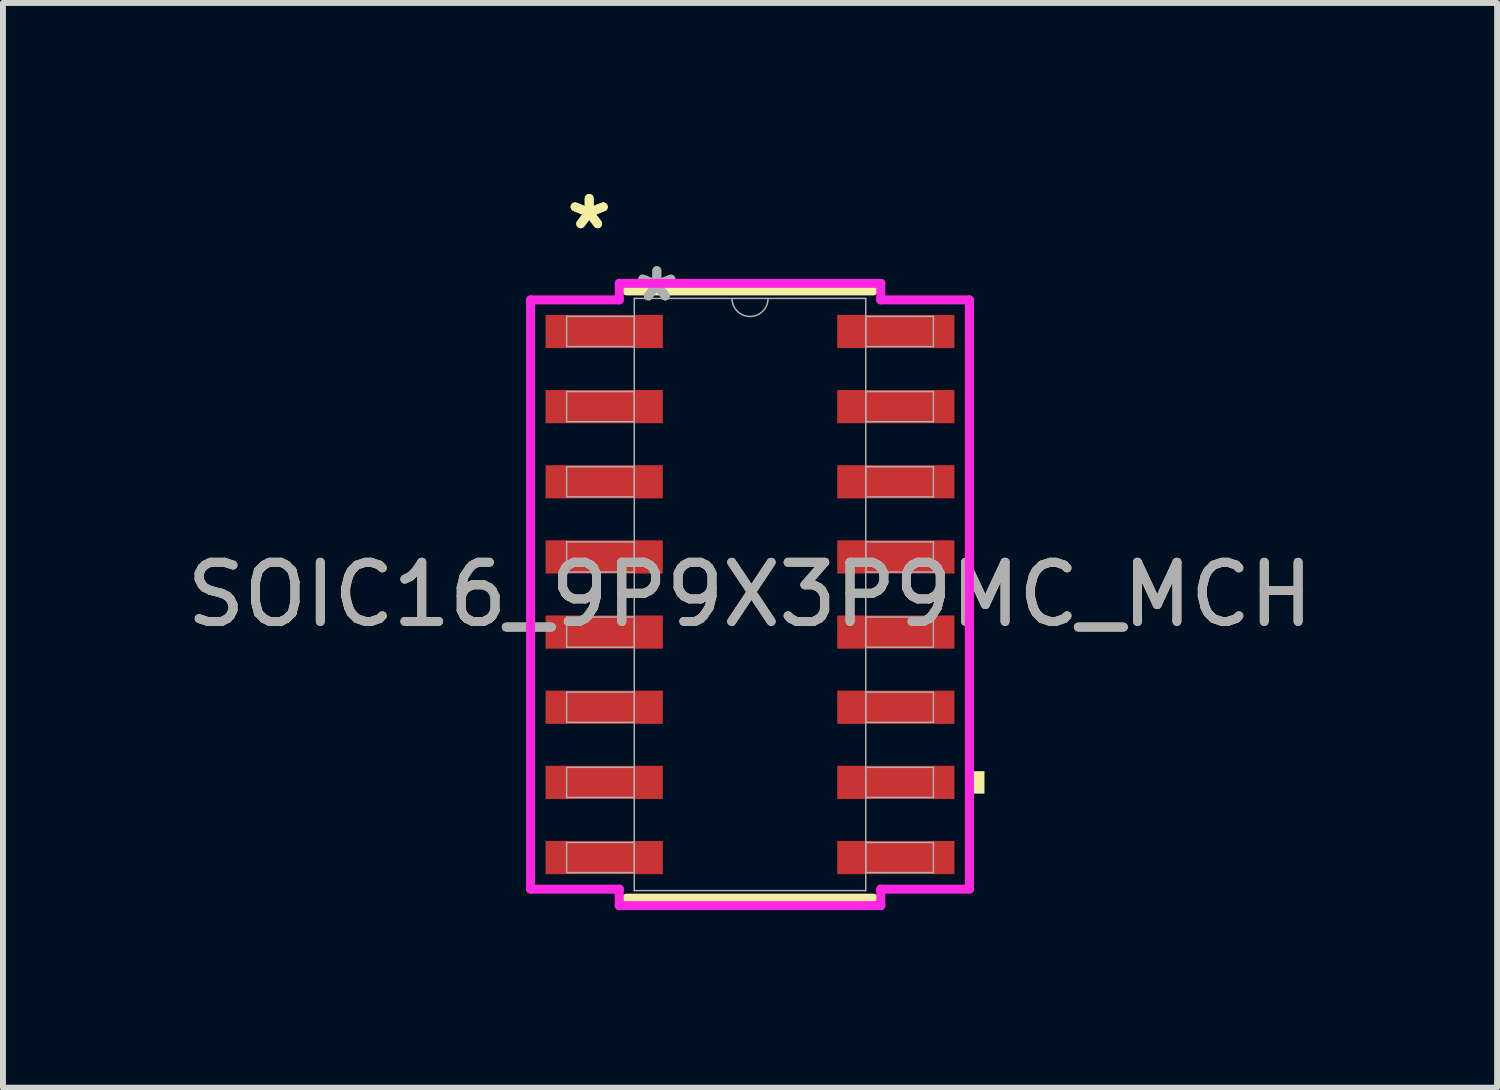
<source format=kicad_pcb>
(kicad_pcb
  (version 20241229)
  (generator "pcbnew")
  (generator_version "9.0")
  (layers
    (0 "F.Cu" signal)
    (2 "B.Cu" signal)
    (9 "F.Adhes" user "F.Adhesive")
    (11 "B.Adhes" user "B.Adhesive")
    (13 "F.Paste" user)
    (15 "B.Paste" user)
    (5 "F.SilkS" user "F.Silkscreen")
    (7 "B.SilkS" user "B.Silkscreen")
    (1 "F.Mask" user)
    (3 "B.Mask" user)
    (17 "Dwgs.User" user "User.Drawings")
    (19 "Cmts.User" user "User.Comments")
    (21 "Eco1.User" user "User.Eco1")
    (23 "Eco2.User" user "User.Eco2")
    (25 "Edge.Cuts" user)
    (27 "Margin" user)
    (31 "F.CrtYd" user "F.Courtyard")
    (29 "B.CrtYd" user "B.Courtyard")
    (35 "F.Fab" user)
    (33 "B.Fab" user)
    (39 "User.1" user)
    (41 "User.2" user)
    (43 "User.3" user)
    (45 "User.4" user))
  (footprint "SOIC16_9P9X3P9MC_MCH"
    (layer "F.Cu")
    (at 9.625 6.997)
    (property "Reference" "SOIC16_9P9X3P9MC_MCH" (at 0 0 0) (unlocked yes) (layer "F.SilkS") (effects (font (size 1 1) (thickness 0.15))))
    (attr smd)
    (fp_line (start -2.083 5.131) (end 2.083 5.131) (stroke (width 0.152) (type solid)) (layer "F.SilkS"))
    (fp_line (start 2.083 -5.131) (end -2.083 -5.131) (stroke (width 0.152) (type solid)) (layer "F.SilkS"))
    (fp_poly (pts (xy 3.962 2.985) (xy 3.962 3.365) (xy 3.708 3.365) (xy 3.708 2.985)) (stroke (width 0) (type solid)) (fill yes) (layer "F.SilkS"))
    (fp_line (start -3.708 -4.979) (end -2.21 -4.979) (stroke (width 0.152) (type solid)) (layer "F.CrtYd"))
    (fp_line (start -3.708 4.979) (end -3.708 -4.979) (stroke (width 0.152) (type solid)) (layer "F.CrtYd"))
    (fp_line (start -3.708 4.979) (end -2.21 4.979) (stroke (width 0.152) (type solid)) (layer "F.CrtYd"))
    (fp_line (start -2.21 -5.258) (end 2.21 -5.258) (stroke (width 0.152) (type solid)) (layer "F.CrtYd"))
    (fp_line (start -2.21 -4.979) (end -2.21 -5.258) (stroke (width 0.152) (type solid)) (layer "F.CrtYd"))
    (fp_line (start -2.21 5.258) (end -2.21 4.979) (stroke (width 0.152) (type solid)) (layer "F.CrtYd"))
    (fp_line (start 2.21 -5.258) (end 2.21 -4.979) (stroke (width 0.152) (type solid)) (layer "F.CrtYd"))
    (fp_line (start 2.21 4.979) (end 2.21 5.258) (stroke (width 0.152) (type solid)) (layer "F.CrtYd"))
    (fp_line (start 2.21 5.258) (end -2.21 5.258) (stroke (width 0.152) (type solid)) (layer "F.CrtYd"))
    (fp_line (start 3.708 -4.979) (end 2.21 -4.979) (stroke (width 0.152) (type solid)) (layer "F.CrtYd"))
    (fp_line (start 3.708 -4.979) (end 3.708 4.979) (stroke (width 0.152) (type solid)) (layer "F.CrtYd"))
    (fp_line (start 3.708 4.979) (end 2.21 4.979) (stroke (width 0.152) (type solid)) (layer "F.CrtYd"))
    (fp_line (start -3.099 -4.7) (end -3.099 -4.19) (stroke (width 0.025) (type solid)) (layer "F.Fab"))
    (fp_line (start -3.099 -4.19) (end -1.956 -4.19) (stroke (width 0.025) (type solid)) (layer "F.Fab"))
    (fp_line (start -3.099 -3.43) (end -3.099 -2.92) (stroke (width 0.025) (type solid)) (layer "F.Fab"))
    (fp_line (start -3.099 -2.92) (end -1.956 -2.92) (stroke (width 0.025) (type solid)) (layer "F.Fab"))
    (fp_line (start -3.099 -2.16) (end -3.099 -1.65) (stroke (width 0.025) (type solid)) (layer "F.Fab"))
    (fp_line (start -3.099 -1.65) (end -1.956 -1.65) (stroke (width 0.025) (type solid)) (layer "F.Fab"))
    (fp_line (start -3.099 -0.89) (end -3.099 -0.38) (stroke (width 0.025) (type solid)) (layer "F.Fab"))
    (fp_line (start -3.099 -0.38) (end -1.956 -0.38) (stroke (width 0.025) (type solid)) (layer "F.Fab"))
    (fp_line (start -3.099 0.38) (end -3.099 0.89) (stroke (width 0.025) (type solid)) (layer "F.Fab"))
    (fp_line (start -3.099 0.89) (end -1.956 0.89) (stroke (width 0.025) (type solid)) (layer "F.Fab"))
    (fp_line (start -3.099 1.65) (end -3.099 2.16) (stroke (width 0.025) (type solid)) (layer "F.Fab"))
    (fp_line (start -3.099 2.16) (end -1.956 2.16) (stroke (width 0.025) (type solid)) (layer "F.Fab"))
    (fp_line (start -3.099 2.92) (end -3.099 3.43) (stroke (width 0.025) (type solid)) (layer "F.Fab"))
    (fp_line (start -3.099 3.43) (end -1.956 3.43) (stroke (width 0.025) (type solid)) (layer "F.Fab"))
    (fp_line (start -3.099 4.19) (end -3.099 4.7) (stroke (width 0.025) (type solid)) (layer "F.Fab"))
    (fp_line (start -3.099 4.7) (end -1.956 4.7) (stroke (width 0.025) (type solid)) (layer "F.Fab"))
    (fp_line (start -1.956 -5.004) (end -1.956 5.004) (stroke (width 0.025) (type solid)) (layer "F.Fab"))
    (fp_line (start -1.956 -4.7) (end -3.099 -4.7) (stroke (width 0.025) (type solid)) (layer "F.Fab"))
    (fp_line (start -1.956 -4.19) (end -1.956 -4.7) (stroke (width 0.025) (type solid)) (layer "F.Fab"))
    (fp_line (start -1.956 -3.43) (end -3.099 -3.43) (stroke (width 0.025) (type solid)) (layer "F.Fab"))
    (fp_line (start -1.956 -2.92) (end -1.956 -3.43) (stroke (width 0.025) (type solid)) (layer "F.Fab"))
    (fp_line (start -1.956 -2.16) (end -3.099 -2.16) (stroke (width 0.025) (type solid)) (layer "F.Fab"))
    (fp_line (start -1.956 -1.65) (end -1.956 -2.16) (stroke (width 0.025) (type solid)) (layer "F.Fab"))
    (fp_line (start -1.956 -0.89) (end -3.099 -0.89) (stroke (width 0.025) (type solid)) (layer "F.Fab"))
    (fp_line (start -1.956 -0.38) (end -1.956 -0.89) (stroke (width 0.025) (type solid)) (layer "F.Fab"))
    (fp_line (start -1.956 0.38) (end -3.099 0.38) (stroke (width 0.025) (type solid)) (layer "F.Fab"))
    (fp_line (start -1.956 0.89) (end -1.956 0.38) (stroke (width 0.025) (type solid)) (layer "F.Fab"))
    (fp_line (start -1.956 1.65) (end -3.099 1.65) (stroke (width 0.025) (type solid)) (layer "F.Fab"))
    (fp_line (start -1.956 2.16) (end -1.956 1.65) (stroke (width 0.025) (type solid)) (layer "F.Fab"))
    (fp_line (start -1.956 2.92) (end -3.099 2.92) (stroke (width 0.025) (type solid)) (layer "F.Fab"))
    (fp_line (start -1.956 3.43) (end -1.956 2.92) (stroke (width 0.025) (type solid)) (layer "F.Fab"))
    (fp_line (start -1.956 4.19) (end -3.099 4.19) (stroke (width 0.025) (type solid)) (layer "F.Fab"))
    (fp_line (start -1.956 4.7) (end -1.956 4.19) (stroke (width 0.025) (type solid)) (layer "F.Fab"))
    (fp_line (start -1.956 5.004) (end 1.956 5.004) (stroke (width 0.025) (type solid)) (layer "F.Fab"))
    (fp_line (start 1.956 -5.004) (end -1.956 -5.004) (stroke (width 0.025) (type solid)) (layer "F.Fab"))
    (fp_line (start 1.956 -4.7) (end 1.956 -4.19) (stroke (width 0.025) (type solid)) (layer "F.Fab"))
    (fp_line (start 1.956 -4.19) (end 3.099 -4.19) (stroke (width 0.025) (type solid)) (layer "F.Fab"))
    (fp_line (start 1.956 -3.43) (end 1.956 -2.92) (stroke (width 0.025) (type solid)) (layer "F.Fab"))
    (fp_line (start 1.956 -2.92) (end 3.099 -2.92) (stroke (width 0.025) (type solid)) (layer "F.Fab"))
    (fp_line (start 1.956 -2.16) (end 1.956 -1.65) (stroke (width 0.025) (type solid)) (layer "F.Fab"))
    (fp_line (start 1.956 -1.65) (end 3.099 -1.65) (stroke (width 0.025) (type solid)) (layer "F.Fab"))
    (fp_line (start 1.956 -0.89) (end 1.956 -0.38) (stroke (width 0.025) (type solid)) (layer "F.Fab"))
    (fp_line (start 1.956 -0.38) (end 3.099 -0.38) (stroke (width 0.025) (type solid)) (layer "F.Fab"))
    (fp_line (start 1.956 0.38) (end 1.956 0.89) (stroke (width 0.025) (type solid)) (layer "F.Fab"))
    (fp_line (start 1.956 0.89) (end 3.099 0.89) (stroke (width 0.025) (type solid)) (layer "F.Fab"))
    (fp_line (start 1.956 1.65) (end 1.956 2.16) (stroke (width 0.025) (type solid)) (layer "F.Fab"))
    (fp_line (start 1.956 2.16) (end 3.099 2.16) (stroke (width 0.025) (type solid)) (layer "F.Fab"))
    (fp_line (start 1.956 2.92) (end 1.956 3.43) (stroke (width 0.025) (type solid)) (layer "F.Fab"))
    (fp_line (start 1.956 3.43) (end 3.099 3.43) (stroke (width 0.025) (type solid)) (layer "F.Fab"))
    (fp_line (start 1.956 4.19) (end 1.956 4.7) (stroke (width 0.025) (type solid)) (layer "F.Fab"))
    (fp_line (start 1.956 4.7) (end 3.099 4.7) (stroke (width 0.025) (type solid)) (layer "F.Fab"))
    (fp_line (start 1.956 5.004) (end 1.956 -5.004) (stroke (width 0.025) (type solid)) (layer "F.Fab"))
    (fp_line (start 3.099 -4.7) (end 1.956 -4.7) (stroke (width 0.025) (type solid)) (layer "F.Fab"))
    (fp_line (start 3.099 -4.19) (end 3.099 -4.7) (stroke (width 0.025) (type solid)) (layer "F.Fab"))
    (fp_line (start 3.099 -3.43) (end 1.956 -3.43) (stroke (width 0.025) (type solid)) (layer "F.Fab"))
    (fp_line (start 3.099 -2.92) (end 3.099 -3.43) (stroke (width 0.025) (type solid)) (layer "F.Fab"))
    (fp_line (start 3.099 -2.16) (end 1.956 -2.16) (stroke (width 0.025) (type solid)) (layer "F.Fab"))
    (fp_line (start 3.099 -1.65) (end 3.099 -2.16) (stroke (width 0.025) (type solid)) (layer "F.Fab"))
    (fp_line (start 3.099 -0.89) (end 1.956 -0.89) (stroke (width 0.025) (type solid)) (layer "F.Fab"))
    (fp_line (start 3.099 -0.38) (end 3.099 -0.89) (stroke (width 0.025) (type solid)) (layer "F.Fab"))
    (fp_line (start 3.099 0.38) (end 1.956 0.38) (stroke (width 0.025) (type solid)) (layer "F.Fab"))
    (fp_line (start 3.099 0.89) (end 3.099 0.38) (stroke (width 0.025) (type solid)) (layer "F.Fab"))
    (fp_line (start 3.099 1.65) (end 1.956 1.65) (stroke (width 0.025) (type solid)) (layer "F.Fab"))
    (fp_line (start 3.099 2.16) (end 3.099 1.65) (stroke (width 0.025) (type solid)) (layer "F.Fab"))
    (fp_line (start 3.099 2.92) (end 1.956 2.92) (stroke (width 0.025) (type solid)) (layer "F.Fab"))
    (fp_line (start 3.099 3.43) (end 3.099 2.92) (stroke (width 0.025) (type solid)) (layer "F.Fab"))
    (fp_line (start 3.099 4.19) (end 1.956 4.19) (stroke (width 0.025) (type solid)) (layer "F.Fab"))
    (fp_line (start 3.099 4.7) (end 3.099 4.19) (stroke (width 0.025) (type solid)) (layer "F.Fab"))
    (fp_arc (start 0.3048 -5.0038) (mid 0 -4.699) (end -0.3048 -5.0038) (stroke (width 0.0254) (type solid)) (layer "F.Fab"))
    (fp_text user "*" (at -2.718 -6.149 0) (unlocked yes) (layer "F.SilkS") (effects (font (size 1 1) (thickness 0.15))))
    (fp_text user "*" (at -2.718 -6.149 0) (layer "F.SilkS") (effects (font (size 1 1) (thickness 0.15))))
    (fp_text user "*" (at -1.575 -4.928 0) (unlocked yes) (layer "F.Fab") (effects (font (size 1 1) (thickness 0.15))))
    (fp_text user "*" (at -1.575 -4.928 0) (layer "F.Fab") (effects (font (size 1 1) (thickness 0.15))))
    (fp_text user "${REFERENCE}" (at 0 0 0) (unlocked yes) (layer "F.Fab") (effects (font (size 1 1) (thickness 0.15))))
    (pad "1" smd rect (at -2.464 -4.445) (size 1.981 0.561) (layers "F.Cu" "F.Mask" "F.Paste"))
    (pad "2" smd rect (at -2.464 -3.175) (size 1.981 0.561) (layers "F.Cu" "F.Mask" "F.Paste"))
    (pad "3" smd rect (at -2.464 -1.905) (size 1.981 0.561) (layers "F.Cu" "F.Mask" "F.Paste"))
    (pad "4" smd rect (at -2.464 -0.635) (size 1.981 0.561) (layers "F.Cu" "F.Mask" "F.Paste"))
    (pad "5" smd rect (at -2.464 0.635) (size 1.981 0.561) (layers "F.Cu" "F.Mask" "F.Paste"))
    (pad "6" smd rect (at -2.464 1.905) (size 1.981 0.561) (layers "F.Cu" "F.Mask" "F.Paste"))
    (pad "7" smd rect (at -2.464 3.175) (size 1.981 0.561) (layers "F.Cu" "F.Mask" "F.Paste"))
    (pad "8" smd rect (at -2.464 4.445) (size 1.981 0.561) (layers "F.Cu" "F.Mask" "F.Paste"))
    (pad "9" smd rect (at 2.464 4.445) (size 1.981 0.561) (layers "F.Cu" "F.Mask" "F.Paste"))
    (pad "10" smd rect (at 2.464 3.175) (size 1.981 0.561) (layers "F.Cu" "F.Mask" "F.Paste"))
    (pad "11" smd rect (at 2.464 1.905) (size 1.981 0.561) (layers "F.Cu" "F.Mask" "F.Paste"))
    (pad "12" smd rect (at 2.464 0.635) (size 1.981 0.561) (layers "F.Cu" "F.Mask" "F.Paste"))
    (pad "13" smd rect (at 2.464 -0.635) (size 1.981 0.561) (layers "F.Cu" "F.Mask" "F.Paste"))
    (pad "14" smd rect (at 2.464 -1.905) (size 1.981 0.561) (layers "F.Cu" "F.Mask" "F.Paste"))
    (pad "15" smd rect (at 2.464 -3.175) (size 1.981 0.561) (layers "F.Cu" "F.Mask" "F.Paste"))
    (pad "16" smd rect (at 2.464 -4.445) (size 1.981 0.561) (layers "F.Cu" "F.Mask" "F.Paste")))
  (gr_rect
    (start -3 -3)
    (end 22.25 15.331)
    (stroke (width 0.1) (type default))
    (fill no)
    (layer "Edge.Cuts")))
</source>
